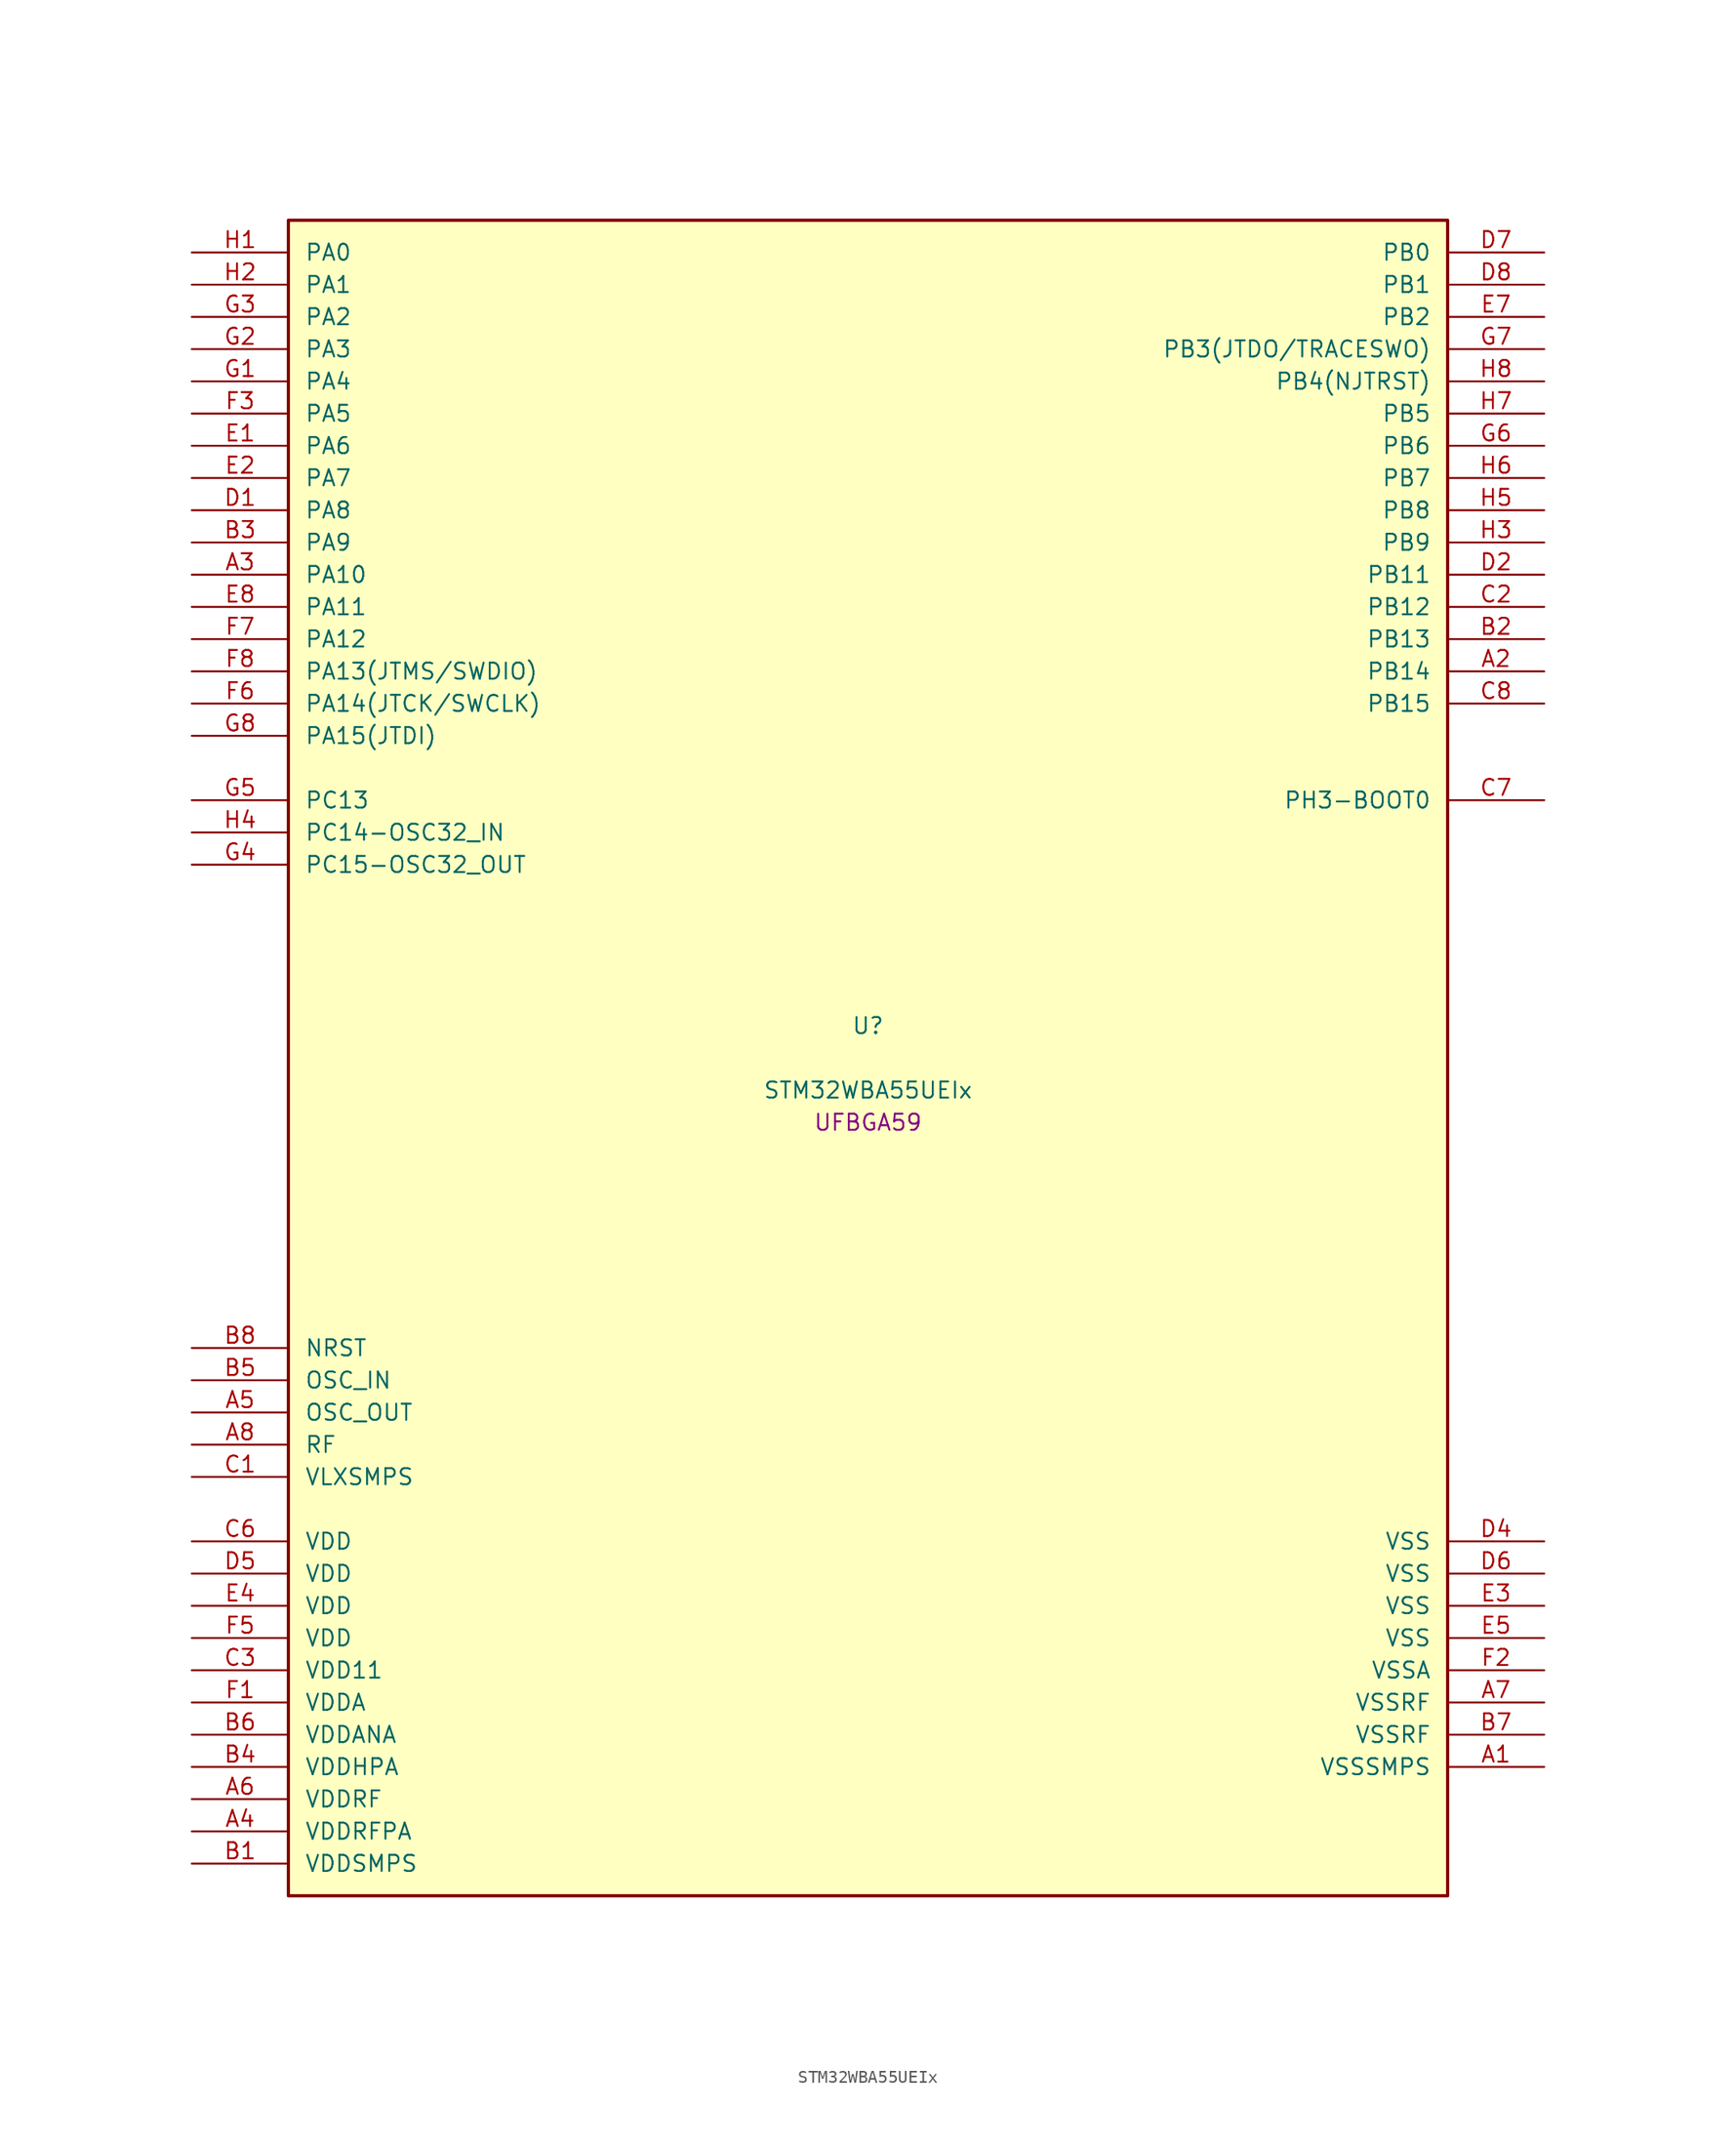
<source format=kicad_sym>
(kicad_symbol_lib
  (version 20241209)
  (generator "stm32_pkl_generator")
  (generator_version "1.0")
  (symbol "STM32WBA55UEIx"
    (pin_names
      (offset 1.27))
    (property "Reference" "U"
      (at 0 2.54 0))
    (property "Value" "STM32WBA55UEIx"
      (at 0 -2.54 0))
    (property "Footprint" "UFBGA59"
      (at 0 -5.08 0))
    (symbol "STM32WBA55UEIx_1_1"
      (rectangle (start -45.72 66.04) (end 45.72 -66.04) (stroke (width 0.254) (type solid)) (fill (type background)))
      (pin bidirectional line (at -53.34 63.5 0) (length 7.62) (name "PA0") (number "H1") (alternate "PA0/ADC4_IN9" bidirectional line) (alternate "PA0/COMP2_INP" bidirectional line) (alternate "PA0/LPTIM1_IN1" bidirectional line) (alternate "PA0/LPUART1_CTS" bidirectional line) (alternate "PA0/PWR_WKUP1" bidirectional line) (alternate "PA0/SPI3_SCK" bidirectional line) (alternate "PA0/TIM1_CH2N" bidirectional line) (alternate "PA0/TIM3_CH3" bidirectional line) (alternate "PA0/TIM3_ETR" bidirectional line) (alternate "PA0/TSC_G2_IO2" bidirectional line))
      (pin bidirectional line (at -53.34 60.96 0) (length 7.62) (name "PA1") (number "H2") (alternate "PA1/ADC4_IN8" bidirectional line) (alternate "PA1/COMP1_INM" bidirectional line) (alternate "PA1/LPTIM2_CH2" bidirectional line) (alternate "PA1/LPUART1_RX" bidirectional line) (alternate "PA1/PWR_WKUP3" bidirectional line) (alternate "PA1/SAI1_CK1" bidirectional line) (alternate "PA1/SPI1_RDY" bidirectional line) (alternate "PA1/TIM17_CH1" bidirectional line) (alternate "PA1/TIM1_CH1N" bidirectional line) (alternate "PA1/TIM3_CH2" bidirectional line) (alternate "PA1/TSC_G2_IO1" bidirectional line) (alternate "PA1/USART1_CK" bidirectional line))
      (pin bidirectional line (at -53.34 58.42 0) (length 7.62) (name "PA2") (number "G3") (alternate "PA2/ADC4_IN7" bidirectional line) (alternate "PA2/COMP1_INP" bidirectional line) (alternate "PA2/LPUART1_TX" bidirectional line) (alternate "PA2/PWR_WKUP4" bidirectional line) (alternate "PA2/RCC_LSCO" bidirectional line) (alternate "PA2/SAI1_D1" bidirectional line) (alternate "PA2/TIM16_CH1" bidirectional line) (alternate "PA2/TIM1_BKIN" bidirectional line) (alternate "PA2/TIM3_CH1" bidirectional line) (alternate "PA2/TSC_G4_IO4" bidirectional line) (alternate "PA2/USART1_DE" bidirectional line) (alternate "PA2/USART1_RTS" bidirectional line))
      (pin bidirectional line (at -53.34 55.88 0) (length 7.62) (name "PA3") (number "G2") (alternate "PA3/ADC4_IN6" bidirectional line) (alternate "PA3/PWR_WKUP5" bidirectional line) (alternate "PA3/TIM16_CH1N" bidirectional line) (alternate "PA3/TSC_G4_IO2" bidirectional line) (alternate "PA3/USART1_DE" bidirectional line) (alternate "PA3/USART1_RTS" bidirectional line))
      (pin bidirectional line (at -53.34 53.34 0) (length 7.62) (name "PA4") (number "G1") (alternate "PA4/ADC4_IN5" bidirectional line) (alternate "PA4/AUDIOCLK" bidirectional line) (alternate "PA4/PWR_WKUP2" bidirectional line) (alternate "PA4/TAMP_IN6" bidirectional line) (alternate "PA4/TAMP_OUT3" bidirectional line) (alternate "PA4/TIM16_CH1" bidirectional line) (alternate "PA4/TSC_G4_IO1" bidirectional line) (alternate "PA4/USART1_CTS" bidirectional line))
      (pin bidirectional line (at -53.34 50.8 0) (length 7.62) (name "PA5") (number "F3") (alternate "PA5/ADC4_IN4" bidirectional line) (alternate "PA5/AUDIOCLK" bidirectional line) (alternate "PA5/LPTIM2_ETR" bidirectional line) (alternate "PA5/PWR_CSLEEP" bidirectional line) (alternate "PA5/PWR_WKUP6" bidirectional line) (alternate "PA5/SAI1_D2" bidirectional line) (alternate "PA5/SPI3_NSS" bidirectional line) (alternate "PA5/TIM2_CH1" bidirectional line) (alternate "PA5/TIM2_ETR" bidirectional line) (alternate "PA5/TSC_G1_IO4" bidirectional line) (alternate "PA5/USART1_CK" bidirectional line))
      (pin bidirectional line (at -53.34 48.26 0) (length 7.62) (name "PA6") (number "E1") (alternate "PA6/ADC4_IN3" bidirectional line) (alternate "PA6/I2C3_SCL" bidirectional line) (alternate "PA6/PWR_CSTOP" bidirectional line) (alternate "PA6/PWR_WKUP7" bidirectional line) (alternate "PA6/SAI1_CK2" bidirectional line) (alternate "PA6/SAI1_MCLK_A" bidirectional line) (alternate "PA6/SPI3_RDY" bidirectional line) (alternate "PA6/TIM2_CH4" bidirectional line) (alternate "PA6/TSC_G1_IO3" bidirectional line) (alternate "PA6/USART1_DE" bidirectional line) (alternate "PA6/USART1_RTS" bidirectional line))
      (pin bidirectional line (at -53.34 45.72 0) (length 7.62) (name "PA7") (number "E2") (alternate "PA7/ADC4_IN2" bidirectional line) (alternate "PA7/COMP1_OUT" bidirectional line) (alternate "PA7/I2C3_SDA" bidirectional line) (alternate "PA7/PWR_WKUP8" bidirectional line) (alternate "PA7/SAI1_SCK_A" bidirectional line) (alternate "PA7/TAMP_IN1" bidirectional line) (alternate "PA7/TAMP_OUT2" bidirectional line) (alternate "PA7/TIM2_CH3" bidirectional line) (alternate "PA7/TSC_G1_IO2" bidirectional line) (alternate "PA7/USART1_CTS" bidirectional line))
      (pin bidirectional line (at -53.34 43.18 0) (length 7.62) (name "PA8") (number "D1") (alternate "PA8/ADC4_IN1" bidirectional line) (alternate "PA8/LPTIM1_CH2" bidirectional line) (alternate "PA8/RCC_MCO" bidirectional line) (alternate "PA8/SAI1_FS_A" bidirectional line) (alternate "PA8/SPI3_RDY" bidirectional line) (alternate "PA8/TIM2_CH2" bidirectional line) (alternate "PA8/TSC_G1_IO1" bidirectional line) (alternate "PA8/USART1_RX" bidirectional line))
      (pin bidirectional line (at -53.34 40.64 0) (length 7.62) (name "PA9") (number "B3") (alternate "PA9/LPUART1_DE" bidirectional line) (alternate "PA9/LPUART1_RTS" bidirectional line) (alternate "PA9/SAI1_CK1" bidirectional line) (alternate "PA9/TIM3_CH2" bidirectional line))
      (pin bidirectional line (at -53.34 38.1 0) (length 7.62) (name "PA10") (number "A3") (alternate "PA10/LPUART1_RX" bidirectional line) (alternate "PA10/SAI1_D1" bidirectional line) (alternate "PA10/TIM3_CH1" bidirectional line))
      (pin bidirectional line (at -53.34 35.56 0) (length 7.62) (name "PA11") (number "E8") (alternate "PA11/LPTIM2_CH1" bidirectional line) (alternate "PA11/RF_ANTSW1" bidirectional line) (alternate "PA11/TIM1_CH1" bidirectional line) (alternate "PA11/USART2_RX" bidirectional line))
      (pin bidirectional line (at -53.34 33.02 0) (length 7.62) (name "PA12") (number "F7") (alternate "PA12/COMP2_OUT" bidirectional line) (alternate "PA12/PTA_STATUS" bidirectional line) (alternate "PA12/PWR_WKUP6" bidirectional line) (alternate "PA12/RF_ANTSW0" bidirectional line) (alternate "PA12/SPI1_NSS" bidirectional line) (alternate "PA12/TIM1_CH2" bidirectional line) (alternate "PA12/TSC_G3_IO4" bidirectional line) (alternate "PA12/USART2_TX" bidirectional line))
      (pin bidirectional line (at -53.34 30.48 0) (length 7.62) (name "PA13(JTMS/SWDIO)") (number "F8") (alternate "PA13(JTMS/SWDIO)/DEBUG_JTMS-SWDIO" bidirectional line) (alternate "PA13(JTMS/SWDIO)/IR_OUT" bidirectional line) (alternate "PA13(JTMS/SWDIO)/PTA_PRIORITY" bidirectional line))
      (pin bidirectional line (at -53.34 27.94 0) (length 7.62) (name "PA14(JTCK/SWCLK)") (number "F6") (alternate "PA14(JTCK/SWCLK)/COMP2_OUT" bidirectional line) (alternate "PA14(JTCK/SWCLK)/DEBUG_JTCK-SWCLK" bidirectional line) (alternate "PA14(JTCK/SWCLK)/PTA_STATUS" bidirectional line) (alternate "PA14(JTCK/SWCLK)/TAMP_IN3" bidirectional line) (alternate "PA14(JTCK/SWCLK)/TAMP_OUT6" bidirectional line) (alternate "PA14(JTCK/SWCLK)/USART2_TX" bidirectional line))
      (pin bidirectional line (at -53.34 25.4 0) (length 7.62) (name "PA15(JTDI)") (number "G8") (alternate "PA15(JTDI)/ADC4_EXTI15" bidirectional line) (alternate "PA15(JTDI)/DEBUG_JTDI" bidirectional line) (alternate "PA15(JTDI)/I2C1_SCL" bidirectional line) (alternate "PA15(JTDI)/LPTIM1_CH2" bidirectional line) (alternate "PA15(JTDI)/PTA_STATUS" bidirectional line) (alternate "PA15(JTDI)/SPI1_MOSI" bidirectional line) (alternate "PA15(JTDI)/TIM17_BKIN" bidirectional line) (alternate "PA15(JTDI)/TIM1_ETR" bidirectional line) (alternate "PA15(JTDI)/TSC_G3_IO3" bidirectional line) (alternate "PA15(JTDI)/USART2_DE" bidirectional line) (alternate "PA15(JTDI)/USART2_RTS" bidirectional line))
      (pin bidirectional line (at 53.34 63.5 180) (length 7.62) (name "PB0") (number "D7") (alternate "PB0/LPTIM2_IN2" bidirectional line) (alternate "PB0/TIM1_CH3N" bidirectional line) (alternate "PB0/USART2_TX" bidirectional line))
      (pin bidirectional line (at 53.34 60.96 180) (length 7.62) (name "PB1") (number "D8") (alternate "PB1/I2C1_SDA" bidirectional line) (alternate "PB1/I2C3_SDA" bidirectional line) (alternate "PB1/PWR_WKUP4" bidirectional line) (alternate "PB1/TIM1_CH2N" bidirectional line) (alternate "PB1/USART2_DE" bidirectional line) (alternate "PB1/USART2_RTS" bidirectional line))
      (pin bidirectional line (at 53.34 58.42 180) (length 7.62) (name "PB2") (number "E7") (alternate "PB2/I2C1_SCL" bidirectional line) (alternate "PB2/I2C3_SCL" bidirectional line) (alternate "PB2/PWR_WKUP1" bidirectional line) (alternate "PB2/RF_ANTSW2" bidirectional line) (alternate "PB2/RTC_OUT2" bidirectional line) (alternate "PB2/TIM1_CH1N" bidirectional line) (alternate "PB2/USART2_CTS" bidirectional line))
      (pin bidirectional line (at 53.34 55.88 180) (length 7.62) (name "PB3(JTDO/TRACESWO)") (number "G7") (alternate "PB3(JTDO/TRACESWO)/DEBUG_JTDO-SWO" bidirectional line) (alternate "PB3(JTDO/TRACESWO)/I2C1_SDA" bidirectional line) (alternate "PB3(JTDO/TRACESWO)/LPTIM1_IN2" bidirectional line) (alternate "PB3(JTDO/TRACESWO)/PTA_ACTIVE" bidirectional line) (alternate "PB3(JTDO/TRACESWO)/SPI1_MISO" bidirectional line) (alternate "PB3(JTDO/TRACESWO)/TIM17_CH1N" bidirectional line) (alternate "PB3(JTDO/TRACESWO)/TIM1_CH4" bidirectional line) (alternate "PB3(JTDO/TRACESWO)/TSC_G3_IO2" bidirectional line) (alternate "PB3(JTDO/TRACESWO)/USART2_CK" bidirectional line))
      (pin bidirectional line (at 53.34 53.34 180) (length 7.62) (name "PB4(NJTRST)") (number "H8") (alternate "PB4(NJTRST)/DEBUG_JTRST" bidirectional line) (alternate "PB4(NJTRST)/LPTIM2_IN2" bidirectional line) (alternate "PB4(NJTRST)/PTA_ACTIVE" bidirectional line) (alternate "PB4(NJTRST)/PTA_PRIORITY" bidirectional line) (alternate "PB4(NJTRST)/SAI1_MCLK_B" bidirectional line) (alternate "PB4(NJTRST)/SPI1_SCK" bidirectional line) (alternate "PB4(NJTRST)/TIM17_CH1" bidirectional line) (alternate "PB4(NJTRST)/TIM1_CH3" bidirectional line) (alternate "PB4(NJTRST)/TSC_G3_IO1" bidirectional line) (alternate "PB4(NJTRST)/USART2_RX" bidirectional line))
      (pin bidirectional line (at 53.34 50.8 180) (length 7.62) (name "PB5") (number "H7") (alternate "PB5/LPUART1_TX" bidirectional line) (alternate "PB5/SAI1_D2" bidirectional line) (alternate "PB5/SAI1_FS_B" bidirectional line) (alternate "PB5/TIM3_CH1" bidirectional line) (alternate "PB5/TSC_G5_IO4" bidirectional line))
      (pin bidirectional line (at 53.34 48.26 180) (length 7.62) (name "PB6") (number "G6") (alternate "PB6/PWR_WKUP3" bidirectional line) (alternate "PB6/SAI1_SCK_B" bidirectional line) (alternate "PB6/TIM2_CH1" bidirectional line) (alternate "PB6/TIM2_ETR" bidirectional line) (alternate "PB6/TSC_G5_IO3" bidirectional line))
      (pin bidirectional line (at 53.34 45.72 180) (length 7.62) (name "PB7") (number "H6") (alternate "PB7/PWR_WKUP5" bidirectional line) (alternate "PB7/SAI1_SD_B" bidirectional line) (alternate "PB7/TAMP_IN5" bidirectional line) (alternate "PB7/TAMP_OUT4" bidirectional line) (alternate "PB7/TIM1_CH4N" bidirectional line) (alternate "PB7/TSC_G5_IO2" bidirectional line))
      (pin bidirectional line (at 53.34 43.18 180) (length 7.62) (name "PB8") (number "H5") (alternate "PB8/COMP1_OUT" bidirectional line) (alternate "PB8/LPTIM1_ETR" bidirectional line) (alternate "PB8/PWR_PVD_IN" bidirectional line) (alternate "PB8/SPI3_MOSI" bidirectional line) (alternate "PB8/TIM16_CH1N" bidirectional line) (alternate "PB8/TIM1_CH1" bidirectional line) (alternate "PB8/TIM3_ETR" bidirectional line) (alternate "PB8/TSC_G2_IO4" bidirectional line) (alternate "PB8/USART2_RX" bidirectional line))
      (pin bidirectional line (at 53.34 40.64 180) (length 7.62) (name "PB9") (number "H3") (alternate "PB9/ADC4_IN10" bidirectional line) (alternate "PB9/COMP2_INM" bidirectional line) (alternate "PB9/IR_OUT" bidirectional line) (alternate "PB9/LPTIM2_IN1" bidirectional line) (alternate "PB9/LPUART1_DE" bidirectional line) (alternate "PB9/LPUART1_RTS" bidirectional line) (alternate "PB9/PWR_WKUP8" bidirectional line) (alternate "PB9/SPI3_MISO" bidirectional line) (alternate "PB9/TIM16_CH1" bidirectional line) (alternate "PB9/TIM1_CH3N" bidirectional line) (alternate "PB9/TIM3_CH4" bidirectional line) (alternate "PB9/TSC_G2_IO3" bidirectional line))
      (pin bidirectional line (at 53.34 38.1 180) (length 7.62) (name "PB11") (number "D2") (alternate "PB11/LPTIM1_CH1" bidirectional line) (alternate "PB11/LPTIM1_ETR" bidirectional line) (alternate "PB11/LPUART1_TX" bidirectional line))
      (pin bidirectional line (at 53.34 35.56 180) (length 7.62) (name "PB12") (number "C2") (alternate "PB12/SAI1_SD_A" bidirectional line) (alternate "PB12/SPI1_RDY" bidirectional line) (alternate "PB12/TIM2_CH1" bidirectional line) (alternate "PB12/TIM2_ETR" bidirectional line) (alternate "PB12/TIM3_ETR" bidirectional line) (alternate "PB12/TSC_SYNC" bidirectional line) (alternate "PB12/USART1_TX" bidirectional line))
      (pin bidirectional line (at 53.34 33.02 180) (length 7.62) (name "PB13") (number "B2") (alternate "PB13/TIM3_CH4" bidirectional line) (alternate "PB13/TSC_G6_IO2" bidirectional line))
      (pin bidirectional line (at 53.34 30.48 180) (length 7.62) (name "PB14") (number "A2") (alternate "PB14/PWR_WKUP7" bidirectional line) (alternate "PB14/RTC_REFIN" bidirectional line) (alternate "PB14/SAI1_SD_A" bidirectional line) (alternate "PB14/TIM3_CH3" bidirectional line) (alternate "PB14/TSC_G6_IO1" bidirectional line) (alternate "PB14/USART1_TX" bidirectional line))
      (pin bidirectional line (at 53.34 27.94 180) (length 7.62) (name "PB15") (number "C8") (alternate "PB15/ADC4_EXTI15" bidirectional line) (alternate "PB15/I2C1_SMBA" bidirectional line) (alternate "PB15/I2C3_SMBA" bidirectional line) (alternate "PB15/LPUART1_CTS" bidirectional line) (alternate "PB15/PTA_GRANT" bidirectional line) (alternate "PB15/RF_EXTPABYP" bidirectional line) (alternate "PB15/TIM16_BKIN" bidirectional line) (alternate "PB15/TIM1_BKIN2" bidirectional line) (alternate "PB15/USART2_CTS" bidirectional line))
      (pin bidirectional line (at -53.34 20.32 0) (length 7.62) (name "PC13") (number "G5") (alternate "PC13/PWR_WKUP2" bidirectional line) (alternate "PC13/RTC_OUT1" bidirectional line) (alternate "PC13/RTC_TS" bidirectional line) (alternate "PC13/TAMP_IN4" bidirectional line) (alternate "PC13/TAMP_OUT5" bidirectional line) (alternate "PC13/TIM1_BKIN2" bidirectional line) (alternate "PC13/TSC_G5_IO1" bidirectional line))
      (pin bidirectional line (at -53.34 17.78 0) (length 7.62) (name "PC14-OSC32_IN") (number "H4") (alternate "PC14-OSC32_IN/RCC_OSC32_IN" bidirectional line))
      (pin bidirectional line (at -53.34 15.24 0) (length 7.62) (name "PC15-OSC32_OUT") (number "G4") (alternate "PC15-OSC32_OUT/ADC4_EXTI15" bidirectional line) (alternate "PC15-OSC32_OUT/RCC_OSC32_OUT" bidirectional line))
      (pin bidirectional line (at 53.34 20.32 180) (length 7.62) (name "PH3-BOOT0") (number "C7") (alternate "PH3-BOOT0/PTA_GRANT" bidirectional line) (alternate "PH3-BOOT0/RF_EXTPABYP" bidirectional line) (alternate "PH3-BOOT0/TAMP_IN2" bidirectional line) (alternate "PH3-BOOT0/TAMP_OUT1" bidirectional line))
      (pin input line (at -53.34 -22.86 0) (length 7.62) (name "NRST") (number "B8"))
      (pin bidirectional line (at -53.34 -25.4 0) (length 7.62) (name "OSC_IN") (number "B5") (alternate "OSC_IN/RCC_OSC_IN" bidirectional line))
      (pin bidirectional line (at -53.34 -27.94 0) (length 7.62) (name "OSC_OUT") (number "A5") (alternate "OSC_OUT/RCC_OSC_OUT" bidirectional line))
      (pin bidirectional line (at -53.34 -30.48 0) (length 7.62) (name "RF") (number "A8"))
      (pin power_in line (at -53.34 -33.02 0) (length 7.62) (name "VLXSMPS") (number "C1"))
      (pin power_in line (at -53.34 -38.1 0) (length 7.62) (name "VDD") (number "C6"))
      (pin power_in line (at -53.34 -40.64 0) (length 7.62) (name "VDD") (number "D5"))
      (pin power_in line (at -53.34 -43.18 0) (length 7.62) (name "VDD") (number "E4"))
      (pin power_in line (at -53.34 -45.72 0) (length 7.62) (name "VDD") (number "F5"))
      (pin power_in line (at -53.34 -48.26 0) (length 7.62) (name "VDD11") (number "C3"))
      (pin power_in line (at -53.34 -50.8 0) (length 7.62) (name "VDDA") (number "F1"))
      (pin power_in line (at -53.34 -53.34 0) (length 7.62) (name "VDDANA") (number "B6"))
      (pin power_in line (at -53.34 -55.88 0) (length 7.62) (name "VDDHPA") (number "B4"))
      (pin power_in line (at -53.34 -58.42 0) (length 7.62) (name "VDDRF") (number "A6"))
      (pin power_in line (at -53.34 -60.96 0) (length 7.62) (name "VDDRFPA") (number "A4"))
      (pin power_in line (at -53.34 -63.5 0) (length 7.62) (name "VDDSMPS") (number "B1"))
      (pin power_in line (at 53.34 -38.1 180) (length 7.62) (name "VSS") (number "D4"))
      (pin power_in line (at 53.34 -40.64 180) (length 7.62) (name "VSS") (number "D6"))
      (pin power_in line (at 53.34 -43.18 180) (length 7.62) (name "VSS") (number "E3"))
      (pin power_in line (at 53.34 -45.72 180) (length 7.62) (name "VSS") (number "E5"))
      (pin power_in line (at 53.34 -48.26 180) (length 7.62) (name "VSSA") (number "F2"))
      (pin power_in line (at 53.34 -50.8 180) (length 7.62) (name "VSSRF") (number "A7"))
      (pin power_in line (at 53.34 -53.34 180) (length 7.62) (name "VSSRF") (number "B7"))
      (pin power_in line (at 53.34 -55.88 180) (length 7.62) (name "VSSSMPS") (number "A1")))))
</source>
